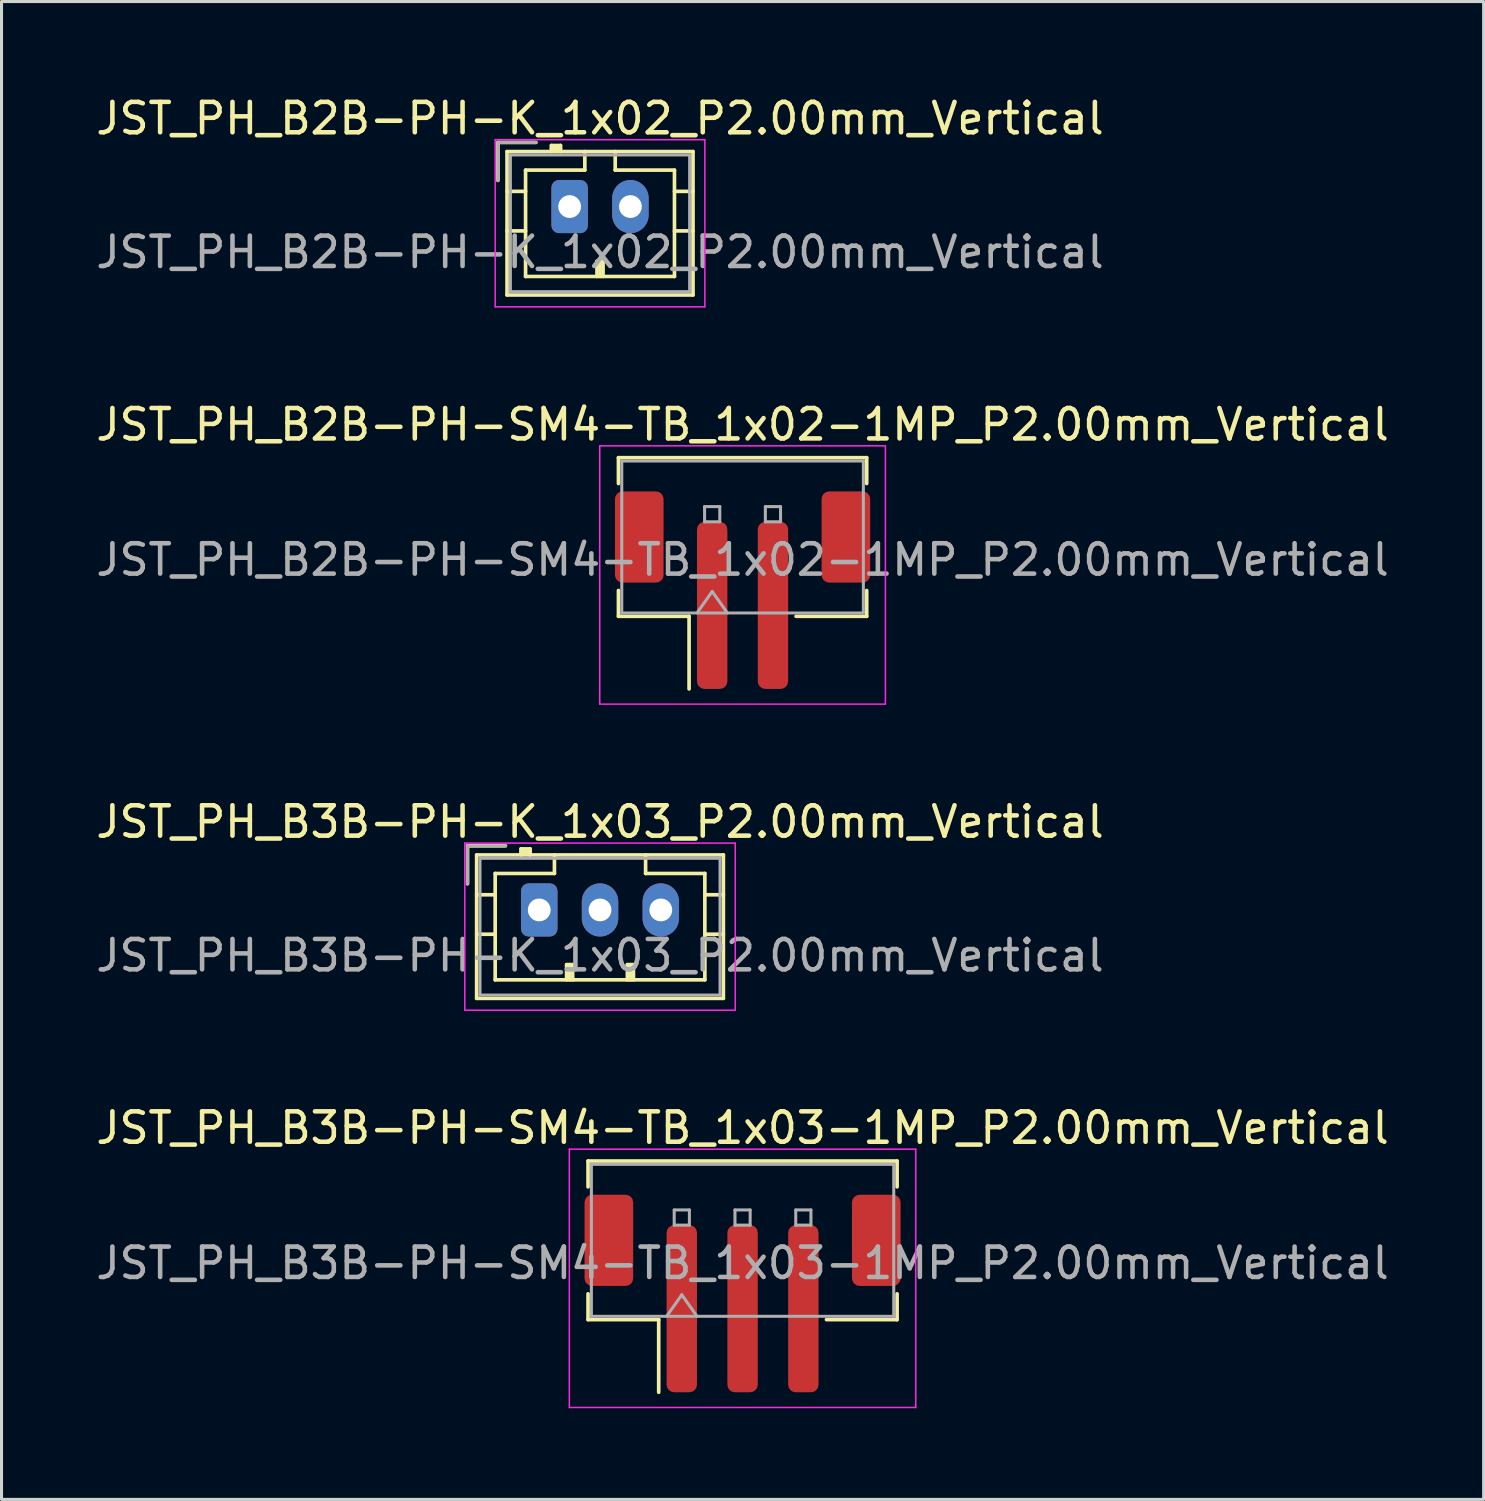
<source format=kicad_pcb>
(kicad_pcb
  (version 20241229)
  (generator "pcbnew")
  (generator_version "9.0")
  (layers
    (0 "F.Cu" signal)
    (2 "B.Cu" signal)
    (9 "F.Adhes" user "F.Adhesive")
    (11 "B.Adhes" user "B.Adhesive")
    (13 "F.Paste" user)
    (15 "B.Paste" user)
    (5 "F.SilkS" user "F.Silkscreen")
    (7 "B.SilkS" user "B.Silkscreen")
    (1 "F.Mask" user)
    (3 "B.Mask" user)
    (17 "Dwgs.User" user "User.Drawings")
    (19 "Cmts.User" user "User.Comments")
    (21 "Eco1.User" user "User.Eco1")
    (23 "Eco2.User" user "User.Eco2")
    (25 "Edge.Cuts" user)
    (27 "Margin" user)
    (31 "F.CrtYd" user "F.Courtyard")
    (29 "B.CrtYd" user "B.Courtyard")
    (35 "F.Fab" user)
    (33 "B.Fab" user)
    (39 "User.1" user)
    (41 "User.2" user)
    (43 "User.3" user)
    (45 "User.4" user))
  (footprint "JST_PH_B2B-PH-K_1x02_P2.00mm_Vertical"
    (layer "F.Cu")
    (at 15.696 3.748)
    (property "Reference" "JST_PH_B2B-PH-K_1x02_P2.00mm_Vertical" (at 1 -2.9 0) (layer "F.SilkS") (effects (font (size 1 1) (thickness 0.15))))
    (attr through_hole)
    (fp_line (start -2.36 -2.11) (end -2.36 -0.86) (stroke (width 0.12) (type solid)) (layer "F.SilkS"))
    (fp_line (start -2.06 -1.81) (end -2.06 2.91) (stroke (width 0.12) (type solid)) (layer "F.SilkS"))
    (fp_line (start -2.06 -0.5) (end -1.45 -0.5) (stroke (width 0.12) (type solid)) (layer "F.SilkS"))
    (fp_line (start -2.06 0.8) (end -1.45 0.8) (stroke (width 0.12) (type solid)) (layer "F.SilkS"))
    (fp_line (start -2.06 2.91) (end 4.06 2.91) (stroke (width 0.12) (type solid)) (layer "F.SilkS"))
    (fp_line (start -1.45 -1.2) (end -1.45 2.3) (stroke (width 0.12) (type solid)) (layer "F.SilkS"))
    (fp_line (start -1.45 2.3) (end 3.45 2.3) (stroke (width 0.12) (type solid)) (layer "F.SilkS"))
    (fp_line (start -1.11 -2.11) (end -2.36 -2.11) (stroke (width 0.12) (type solid)) (layer "F.SilkS"))
    (fp_line (start -0.6 -2.01) (end -0.6 -1.81) (stroke (width 0.12) (type solid)) (layer "F.SilkS"))
    (fp_line (start -0.3 -2.01) (end -0.6 -2.01) (stroke (width 0.12) (type solid)) (layer "F.SilkS"))
    (fp_line (start -0.3 -1.91) (end -0.6 -1.91) (stroke (width 0.12) (type solid)) (layer "F.SilkS"))
    (fp_line (start -0.3 -1.81) (end -0.3 -2.01) (stroke (width 0.12) (type solid)) (layer "F.SilkS"))
    (fp_line (start 0.5 -1.81) (end 0.5 -1.2) (stroke (width 0.12) (type solid)) (layer "F.SilkS"))
    (fp_line (start 0.5 -1.2) (end -1.45 -1.2) (stroke (width 0.12) (type solid)) (layer "F.SilkS"))
    (fp_line (start 0.9 1.8) (end 1.1 1.8) (stroke (width 0.12) (type solid)) (layer "F.SilkS"))
    (fp_line (start 0.9 2.3) (end 0.9 1.8) (stroke (width 0.12) (type solid)) (layer "F.SilkS"))
    (fp_line (start 1 2.3) (end 1 1.8) (stroke (width 0.12) (type solid)) (layer "F.SilkS"))
    (fp_line (start 1.1 1.8) (end 1.1 2.3) (stroke (width 0.12) (type solid)) (layer "F.SilkS"))
    (fp_line (start 1.5 -1.2) (end 1.5 -1.81) (stroke (width 0.12) (type solid)) (layer "F.SilkS"))
    (fp_line (start 3.45 -1.2) (end 1.5 -1.2) (stroke (width 0.12) (type solid)) (layer "F.SilkS"))
    (fp_line (start 3.45 2.3) (end 3.45 -1.2) (stroke (width 0.12) (type solid)) (layer "F.SilkS"))
    (fp_line (start 4.06 -1.81) (end -2.06 -1.81) (stroke (width 0.12) (type solid)) (layer "F.SilkS"))
    (fp_line (start 4.06 -0.5) (end 3.45 -0.5) (stroke (width 0.12) (type solid)) (layer "F.SilkS"))
    (fp_line (start 4.06 0.8) (end 3.45 0.8) (stroke (width 0.12) (type solid)) (layer "F.SilkS"))
    (fp_line (start 4.06 2.91) (end 4.06 -1.81) (stroke (width 0.12) (type solid)) (layer "F.SilkS"))
    (fp_line (start -2.45 -2.2) (end -2.45 3.3) (stroke (width 0.05) (type solid)) (layer "F.CrtYd"))
    (fp_line (start -2.45 3.3) (end 4.45 3.3) (stroke (width 0.05) (type solid)) (layer "F.CrtYd"))
    (fp_line (start 4.45 -2.2) (end -2.45 -2.2) (stroke (width 0.05) (type solid)) (layer "F.CrtYd"))
    (fp_line (start 4.45 3.3) (end 4.45 -2.2) (stroke (width 0.05) (type solid)) (layer "F.CrtYd"))
    (fp_line (start -2.36 -2.11) (end -2.36 -0.86) (stroke (width 0.1) (type solid)) (layer "F.Fab"))
    (fp_line (start -1.95 -1.7) (end -1.95 2.8) (stroke (width 0.1) (type solid)) (layer "F.Fab"))
    (fp_line (start -1.95 2.8) (end 3.95 2.8) (stroke (width 0.1) (type solid)) (layer "F.Fab"))
    (fp_line (start -1.11 -2.11) (end -2.36 -2.11) (stroke (width 0.1) (type solid)) (layer "F.Fab"))
    (fp_line (start 3.95 -1.7) (end -1.95 -1.7) (stroke (width 0.1) (type solid)) (layer "F.Fab"))
    (fp_line (start 3.95 2.8) (end 3.95 -1.7) (stroke (width 0.1) (type solid)) (layer "F.Fab"))
    (fp_text user "${REFERENCE}" (at 1 1.5 0) (layer "F.Fab") (effects (font (size 1 1) (thickness 0.15))))
    (pad "1" thru_hole roundrect (at 0 0) (size 1.2 1.75) (drill 0.75) (layers "*.Cu" "*.Mask") (roundrect_rratio 0.208))
    (pad "2" thru_hole oval (at 2 0) (size 1.2 1.75) (drill 0.75) (layers "*.Cu" "*.Mask")))
  (footprint "JST_PH_B3B-PH-SM4-TB_1x03-1MP_P2.00mm_Vertical"
    (layer "F.Cu")
    (at 21.387 39.518)
    (property "Reference" "JST_PH_B3B-PH-SM4-TB_1x03-1MP_P2.00mm_Vertical" (at 0 -5.45 0) (layer "F.SilkS") (effects (font (size 1 1) (thickness 0.15))))
    (attr smd)
    (fp_line (start -5.085 -4.36) (end 5.085 -4.36) (stroke (width 0.12) (type solid)) (layer "F.SilkS"))
    (fp_line (start -5.085 -3.51) (end -5.085 -4.36) (stroke (width 0.12) (type solid)) (layer "F.SilkS"))
    (fp_line (start -5.085 0.01) (end -5.085 0.86) (stroke (width 0.12) (type solid)) (layer "F.SilkS"))
    (fp_line (start -5.085 0.86) (end -2.76 0.86) (stroke (width 0.12) (type solid)) (layer "F.SilkS"))
    (fp_line (start -2.76 0.86) (end -2.76 3.25) (stroke (width 0.12) (type solid)) (layer "F.SilkS"))
    (fp_line (start 5.085 -4.36) (end 5.085 -3.51) (stroke (width 0.12) (type solid)) (layer "F.SilkS"))
    (fp_line (start 5.085 0.01) (end 5.085 0.86) (stroke (width 0.12) (type solid)) (layer "F.SilkS"))
    (fp_line (start 5.085 0.86) (end 2.76 0.86) (stroke (width 0.12) (type solid)) (layer "F.SilkS"))
    (fp_line (start -5.7 -4.75) (end -5.7 3.75) (stroke (width 0.05) (type solid)) (layer "F.CrtYd"))
    (fp_line (start -5.7 3.75) (end 5.7 3.75) (stroke (width 0.05) (type solid)) (layer "F.CrtYd"))
    (fp_line (start 5.7 -4.75) (end -5.7 -4.75) (stroke (width 0.05) (type solid)) (layer "F.CrtYd"))
    (fp_line (start 5.7 3.75) (end 5.7 -4.75) (stroke (width 0.05) (type solid)) (layer "F.CrtYd"))
    (fp_line (start -4.975 -4.25) (end 4.975 -4.25) (stroke (width 0.1) (type solid)) (layer "F.Fab"))
    (fp_line (start -4.975 0.75) (end -4.975 -4.25) (stroke (width 0.1) (type solid)) (layer "F.Fab"))
    (fp_line (start -4.975 0.75) (end 4.975 0.75) (stroke (width 0.1) (type solid)) (layer "F.Fab"))
    (fp_line (start -2.5 0.75) (end -2 0.043) (stroke (width 0.1) (type solid)) (layer "F.Fab"))
    (fp_line (start -2.25 -2.75) (end -2.25 -2.25) (stroke (width 0.1) (type solid)) (layer "F.Fab"))
    (fp_line (start -2.25 -2.25) (end -1.75 -2.25) (stroke (width 0.1) (type solid)) (layer "F.Fab"))
    (fp_line (start -2 0.043) (end -1.5 0.75) (stroke (width 0.1) (type solid)) (layer "F.Fab"))
    (fp_line (start -1.75 -2.75) (end -2.25 -2.75) (stroke (width 0.1) (type solid)) (layer "F.Fab"))
    (fp_line (start -1.75 -2.25) (end -1.75 -2.75) (stroke (width 0.1) (type solid)) (layer "F.Fab"))
    (fp_line (start -0.25 -2.75) (end -0.25 -2.25) (stroke (width 0.1) (type solid)) (layer "F.Fab"))
    (fp_line (start -0.25 -2.25) (end 0.25 -2.25) (stroke (width 0.1) (type solid)) (layer "F.Fab"))
    (fp_line (start 0.25 -2.75) (end -0.25 -2.75) (stroke (width 0.1) (type solid)) (layer "F.Fab"))
    (fp_line (start 0.25 -2.25) (end 0.25 -2.75) (stroke (width 0.1) (type solid)) (layer "F.Fab"))
    (fp_line (start 1.75 -2.75) (end 1.75 -2.25) (stroke (width 0.1) (type solid)) (layer "F.Fab"))
    (fp_line (start 1.75 -2.25) (end 2.25 -2.25) (stroke (width 0.1) (type solid)) (layer "F.Fab"))
    (fp_line (start 2.25 -2.75) (end 1.75 -2.75) (stroke (width 0.1) (type solid)) (layer "F.Fab"))
    (fp_line (start 2.25 -2.25) (end 2.25 -2.75) (stroke (width 0.1) (type solid)) (layer "F.Fab"))
    (fp_line (start 4.975 0.75) (end 4.975 -4.25) (stroke (width 0.1) (type solid)) (layer "F.Fab"))
    (fp_text user "${REFERENCE}" (at 0 -1 0) (layer "F.Fab") (effects (font (size 1 1) (thickness 0.15))))
    (pad "1" smd roundrect (at -2 0.5) (size 1 5.5) (layers "F.Cu" "F.Mask" "F.Paste") (roundrect_rratio 0.25))
    (pad "2" smd roundrect (at 0 0.5) (size 1 5.5) (layers "F.Cu" "F.Mask" "F.Paste") (roundrect_rratio 0.25))
    (pad "3" smd roundrect (at 2 0.5) (size 1 5.5) (layers "F.Cu" "F.Mask" "F.Paste") (roundrect_rratio 0.25))
    (pad "MP" smd roundrect (at -4.4 -1.75) (size 1.6 3) (layers "F.Cu" "F.Mask" "F.Paste") (roundrect_rratio 0.156))
    (pad "MP" smd roundrect (at 4.4 -1.75) (size 1.6 3) (layers "F.Cu" "F.Mask" "F.Paste") (roundrect_rratio 0.156)))
  (footprint "JST_PH_B2B-PH-SM4-TB_1x02-1MP_P2.00mm_Vertical"
    (layer "F.Cu")
    (at 21.387 16.372)
    (property "Reference" "JST_PH_B2B-PH-SM4-TB_1x02-1MP_P2.00mm_Vertical" (at 0 -5.45 0) (layer "F.SilkS") (effects (font (size 1 1) (thickness 0.15))))
    (attr smd)
    (fp_line (start -4.085 -4.36) (end 4.085 -4.36) (stroke (width 0.12) (type solid)) (layer "F.SilkS"))
    (fp_line (start -4.085 -3.51) (end -4.085 -4.36) (stroke (width 0.12) (type solid)) (layer "F.SilkS"))
    (fp_line (start -4.085 0.01) (end -4.085 0.86) (stroke (width 0.12) (type solid)) (layer "F.SilkS"))
    (fp_line (start -4.085 0.86) (end -1.76 0.86) (stroke (width 0.12) (type solid)) (layer "F.SilkS"))
    (fp_line (start -1.76 0.86) (end -1.76 3.25) (stroke (width 0.12) (type solid)) (layer "F.SilkS"))
    (fp_line (start 4.085 -4.36) (end 4.085 -3.51) (stroke (width 0.12) (type solid)) (layer "F.SilkS"))
    (fp_line (start 4.085 0.01) (end 4.085 0.86) (stroke (width 0.12) (type solid)) (layer "F.SilkS"))
    (fp_line (start 4.085 0.86) (end 1.76 0.86) (stroke (width 0.12) (type solid)) (layer "F.SilkS"))
    (fp_line (start -4.7 -4.75) (end -4.7 3.75) (stroke (width 0.05) (type solid)) (layer "F.CrtYd"))
    (fp_line (start -4.7 3.75) (end 4.7 3.75) (stroke (width 0.05) (type solid)) (layer "F.CrtYd"))
    (fp_line (start 4.7 -4.75) (end -4.7 -4.75) (stroke (width 0.05) (type solid)) (layer "F.CrtYd"))
    (fp_line (start 4.7 3.75) (end 4.7 -4.75) (stroke (width 0.05) (type solid)) (layer "F.CrtYd"))
    (fp_line (start -3.975 -4.25) (end 3.975 -4.25) (stroke (width 0.1) (type solid)) (layer "F.Fab"))
    (fp_line (start -3.975 0.75) (end -3.975 -4.25) (stroke (width 0.1) (type solid)) (layer "F.Fab"))
    (fp_line (start -3.975 0.75) (end 3.975 0.75) (stroke (width 0.1) (type solid)) (layer "F.Fab"))
    (fp_line (start -1.5 0.75) (end -1 0.043) (stroke (width 0.1) (type solid)) (layer "F.Fab"))
    (fp_line (start -1.25 -2.75) (end -1.25 -2.25) (stroke (width 0.1) (type solid)) (layer "F.Fab"))
    (fp_line (start -1.25 -2.25) (end -0.75 -2.25) (stroke (width 0.1) (type solid)) (layer "F.Fab"))
    (fp_line (start -1 0.043) (end -0.5 0.75) (stroke (width 0.1) (type solid)) (layer "F.Fab"))
    (fp_line (start -0.75 -2.75) (end -1.25 -2.75) (stroke (width 0.1) (type solid)) (layer "F.Fab"))
    (fp_line (start -0.75 -2.25) (end -0.75 -2.75) (stroke (width 0.1) (type solid)) (layer "F.Fab"))
    (fp_line (start 0.75 -2.75) (end 0.75 -2.25) (stroke (width 0.1) (type solid)) (layer "F.Fab"))
    (fp_line (start 0.75 -2.25) (end 1.25 -2.25) (stroke (width 0.1) (type solid)) (layer "F.Fab"))
    (fp_line (start 1.25 -2.75) (end 0.75 -2.75) (stroke (width 0.1) (type solid)) (layer "F.Fab"))
    (fp_line (start 1.25 -2.25) (end 1.25 -2.75) (stroke (width 0.1) (type solid)) (layer "F.Fab"))
    (fp_line (start 3.975 0.75) (end 3.975 -4.25) (stroke (width 0.1) (type solid)) (layer "F.Fab"))
    (fp_text user "${REFERENCE}" (at 0 -1 0) (layer "F.Fab") (effects (font (size 1 1) (thickness 0.15))))
    (pad "1" smd roundrect (at -1 0.5) (size 1 5.5) (layers "F.Cu" "F.Mask" "F.Paste") (roundrect_rratio 0.25))
    (pad "2" smd roundrect (at 1 0.5) (size 1 5.5) (layers "F.Cu" "F.Mask" "F.Paste") (roundrect_rratio 0.25))
    (pad "MP" smd roundrect (at -3.4 -1.75) (size 1.6 3) (layers "F.Cu" "F.Mask" "F.Paste") (roundrect_rratio 0.156))
    (pad "MP" smd roundrect (at 3.4 -1.75) (size 1.6 3) (layers "F.Cu" "F.Mask" "F.Paste") (roundrect_rratio 0.156)))
  (footprint "JST_PH_B3B-PH-K_1x03_P2.00mm_Vertical"
    (layer "F.Cu")
    (at 14.696 26.895)
    (property "Reference" "JST_PH_B3B-PH-K_1x03_P2.00mm_Vertical" (at 2 -2.9 0) (layer "F.SilkS") (effects (font (size 1 1) (thickness 0.15))))
    (attr through_hole)
    (fp_line (start -2.36 -2.11) (end -2.36 -0.86) (stroke (width 0.12) (type solid)) (layer "F.SilkS"))
    (fp_line (start -2.06 -1.81) (end -2.06 2.91) (stroke (width 0.12) (type solid)) (layer "F.SilkS"))
    (fp_line (start -2.06 -0.5) (end -1.45 -0.5) (stroke (width 0.12) (type solid)) (layer "F.SilkS"))
    (fp_line (start -2.06 0.8) (end -1.45 0.8) (stroke (width 0.12) (type solid)) (layer "F.SilkS"))
    (fp_line (start -2.06 2.91) (end 6.06 2.91) (stroke (width 0.12) (type solid)) (layer "F.SilkS"))
    (fp_line (start -1.45 -1.2) (end -1.45 2.3) (stroke (width 0.12) (type solid)) (layer "F.SilkS"))
    (fp_line (start -1.45 2.3) (end 5.45 2.3) (stroke (width 0.12) (type solid)) (layer "F.SilkS"))
    (fp_line (start -1.11 -2.11) (end -2.36 -2.11) (stroke (width 0.12) (type solid)) (layer "F.SilkS"))
    (fp_line (start -0.6 -2.01) (end -0.6 -1.81) (stroke (width 0.12) (type solid)) (layer "F.SilkS"))
    (fp_line (start -0.3 -2.01) (end -0.6 -2.01) (stroke (width 0.12) (type solid)) (layer "F.SilkS"))
    (fp_line (start -0.3 -1.91) (end -0.6 -1.91) (stroke (width 0.12) (type solid)) (layer "F.SilkS"))
    (fp_line (start -0.3 -1.81) (end -0.3 -2.01) (stroke (width 0.12) (type solid)) (layer "F.SilkS"))
    (fp_line (start 0.5 -1.81) (end 0.5 -1.2) (stroke (width 0.12) (type solid)) (layer "F.SilkS"))
    (fp_line (start 0.5 -1.2) (end -1.45 -1.2) (stroke (width 0.12) (type solid)) (layer "F.SilkS"))
    (fp_line (start 0.9 1.8) (end 1.1 1.8) (stroke (width 0.12) (type solid)) (layer "F.SilkS"))
    (fp_line (start 0.9 2.3) (end 0.9 1.8) (stroke (width 0.12) (type solid)) (layer "F.SilkS"))
    (fp_line (start 1 2.3) (end 1 1.8) (stroke (width 0.12) (type solid)) (layer "F.SilkS"))
    (fp_line (start 1.1 1.8) (end 1.1 2.3) (stroke (width 0.12) (type solid)) (layer "F.SilkS"))
    (fp_line (start 2.9 1.8) (end 3.1 1.8) (stroke (width 0.12) (type solid)) (layer "F.SilkS"))
    (fp_line (start 2.9 2.3) (end 2.9 1.8) (stroke (width 0.12) (type solid)) (layer "F.SilkS"))
    (fp_line (start 3 2.3) (end 3 1.8) (stroke (width 0.12) (type solid)) (layer "F.SilkS"))
    (fp_line (start 3.1 1.8) (end 3.1 2.3) (stroke (width 0.12) (type solid)) (layer "F.SilkS"))
    (fp_line (start 3.5 -1.2) (end 3.5 -1.81) (stroke (width 0.12) (type solid)) (layer "F.SilkS"))
    (fp_line (start 5.45 -1.2) (end 3.5 -1.2) (stroke (width 0.12) (type solid)) (layer "F.SilkS"))
    (fp_line (start 5.45 2.3) (end 5.45 -1.2) (stroke (width 0.12) (type solid)) (layer "F.SilkS"))
    (fp_line (start 6.06 -1.81) (end -2.06 -1.81) (stroke (width 0.12) (type solid)) (layer "F.SilkS"))
    (fp_line (start 6.06 -0.5) (end 5.45 -0.5) (stroke (width 0.12) (type solid)) (layer "F.SilkS"))
    (fp_line (start 6.06 0.8) (end 5.45 0.8) (stroke (width 0.12) (type solid)) (layer "F.SilkS"))
    (fp_line (start 6.06 2.91) (end 6.06 -1.81) (stroke (width 0.12) (type solid)) (layer "F.SilkS"))
    (fp_line (start -2.45 -2.2) (end -2.45 3.3) (stroke (width 0.05) (type solid)) (layer "F.CrtYd"))
    (fp_line (start -2.45 3.3) (end 6.45 3.3) (stroke (width 0.05) (type solid)) (layer "F.CrtYd"))
    (fp_line (start 6.45 -2.2) (end -2.45 -2.2) (stroke (width 0.05) (type solid)) (layer "F.CrtYd"))
    (fp_line (start 6.45 3.3) (end 6.45 -2.2) (stroke (width 0.05) (type solid)) (layer "F.CrtYd"))
    (fp_line (start -2.36 -2.11) (end -2.36 -0.86) (stroke (width 0.1) (type solid)) (layer "F.Fab"))
    (fp_line (start -1.95 -1.7) (end -1.95 2.8) (stroke (width 0.1) (type solid)) (layer "F.Fab"))
    (fp_line (start -1.95 2.8) (end 5.95 2.8) (stroke (width 0.1) (type solid)) (layer "F.Fab"))
    (fp_line (start -1.11 -2.11) (end -2.36 -2.11) (stroke (width 0.1) (type solid)) (layer "F.Fab"))
    (fp_line (start 5.95 -1.7) (end -1.95 -1.7) (stroke (width 0.1) (type solid)) (layer "F.Fab"))
    (fp_line (start 5.95 2.8) (end 5.95 -1.7) (stroke (width 0.1) (type solid)) (layer "F.Fab"))
    (fp_text user "${REFERENCE}" (at 2 1.5 0) (layer "F.Fab") (effects (font (size 1 1) (thickness 0.15))))
    (pad "1" thru_hole roundrect (at 0 0) (size 1.2 1.75) (drill 0.75) (layers "*.Cu" "*.Mask") (roundrect_rratio 0.208))
    (pad "2" thru_hole oval (at 2 0) (size 1.2 1.75) (drill 0.75) (layers "*.Cu" "*.Mask"))
    (pad "3" thru_hole oval (at 4 0) (size 1.2 1.75) (drill 0.75) (layers "*.Cu" "*.Mask")))
  (gr_rect
    (start -3 -3)
    (end 45.774 46.293)
    (stroke (width 0.1) (type default))
    (fill no)
    (layer "Edge.Cuts")))
</source>
